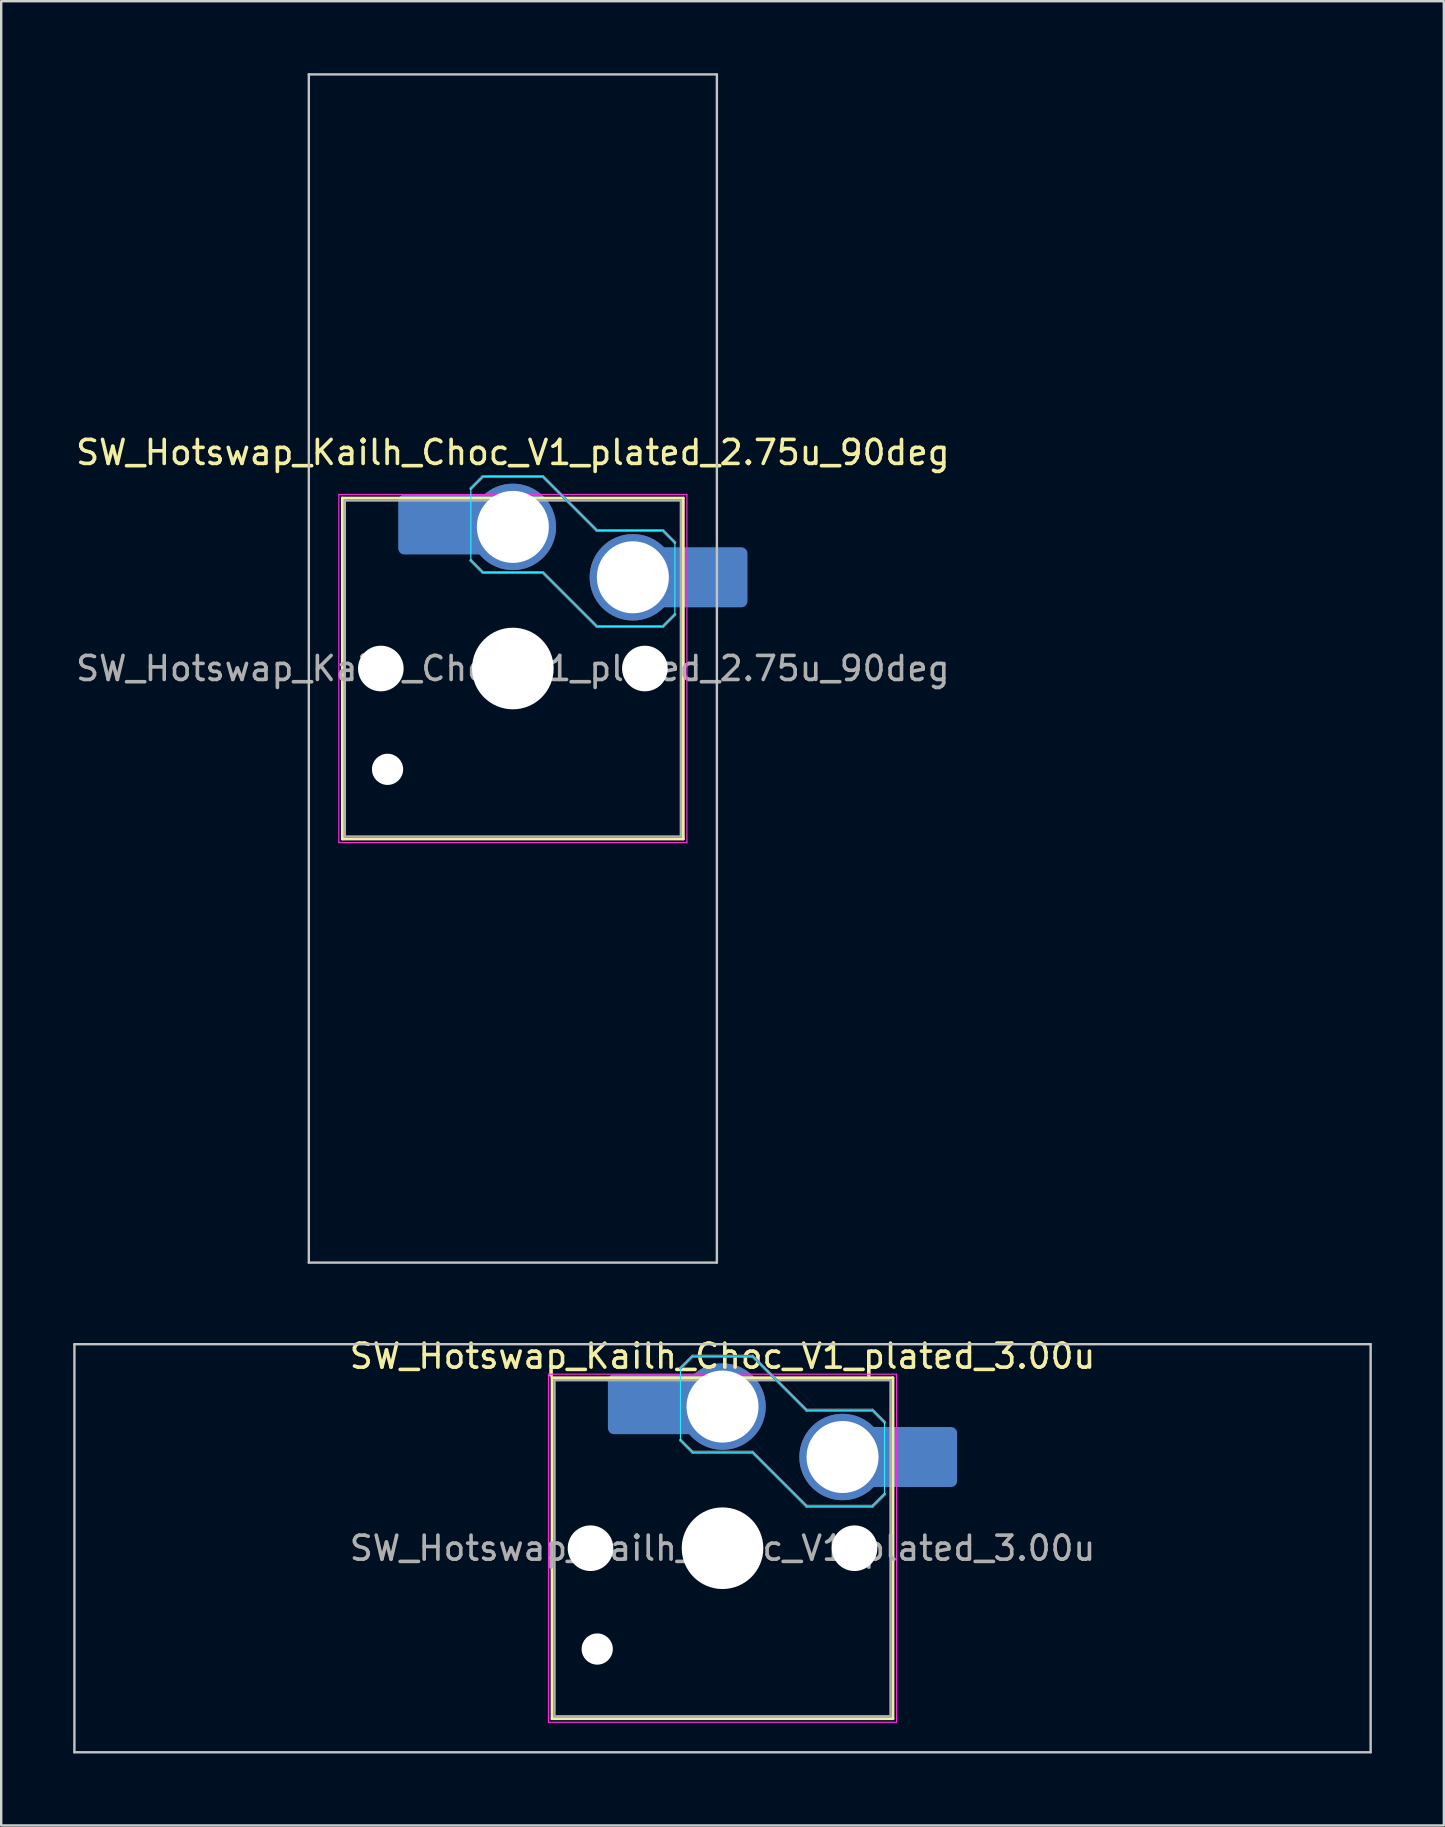
<source format=kicad_pcb>
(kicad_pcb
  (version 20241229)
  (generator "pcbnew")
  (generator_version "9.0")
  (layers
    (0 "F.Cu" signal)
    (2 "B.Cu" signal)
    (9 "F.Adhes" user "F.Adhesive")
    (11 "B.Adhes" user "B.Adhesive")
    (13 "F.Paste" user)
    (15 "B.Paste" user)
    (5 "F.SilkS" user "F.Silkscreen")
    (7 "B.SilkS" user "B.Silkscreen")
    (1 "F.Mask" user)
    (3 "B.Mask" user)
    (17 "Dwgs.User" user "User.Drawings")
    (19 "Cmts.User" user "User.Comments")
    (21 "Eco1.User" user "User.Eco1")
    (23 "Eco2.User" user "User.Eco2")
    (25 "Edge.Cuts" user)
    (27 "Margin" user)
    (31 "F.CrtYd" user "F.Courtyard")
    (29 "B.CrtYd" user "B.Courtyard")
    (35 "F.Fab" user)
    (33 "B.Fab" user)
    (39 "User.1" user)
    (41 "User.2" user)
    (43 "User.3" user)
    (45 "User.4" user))
  (footprint "SW_Hotswap_Kailh_Choc_V1_plated_2.75u_90deg"
    (layer "F.Cu")
    (at 18.315 24.8)
    (property "Reference" "SW_Hotswap_Kailh_Choc_V1_plated_2.75u_90deg" (at 0 -9 0) (layer "F.SilkS") (effects (font (size 1 1) (thickness 0.15))))
    (attr smd)
    (fp_line (start -7.1 -7.1) (end -7.1 7.1) (stroke (width 0.12) (type solid)) (layer "F.SilkS"))
    (fp_line (start -7.1 7.1) (end 7.1 7.1) (stroke (width 0.12) (type solid)) (layer "F.SilkS"))
    (fp_line (start 7.1 -7.1) (end -7.1 -7.1) (stroke (width 0.12) (type solid)) (layer "F.SilkS"))
    (fp_line (start 7.1 7.1) (end 7.1 -7.1) (stroke (width 0.12) (type solid)) (layer "F.SilkS"))
    (fp_line (start -1.75 -7.5) (end -1.25 -8) (stroke (width 0.12) (type solid)) (layer "B.SilkS"))
    (fp_line (start -1.25 -8) (end 1.25 -8) (stroke (width 0.12) (type solid)) (layer "B.SilkS"))
    (fp_line (start -1.25 -4) (end -1.75 -4.5) (stroke (width 0.12) (type solid)) (layer "B.SilkS"))
    (fp_line (start 1.25 -8) (end 3.5 -5.75) (stroke (width 0.12) (type solid)) (layer "B.SilkS"))
    (fp_line (start 1.25 -4) (end -1.25 -4) (stroke (width 0.12) (type solid)) (layer "B.SilkS"))
    (fp_line (start 3.5 -5.75) (end 6.25 -5.75) (stroke (width 0.12) (type solid)) (layer "B.SilkS"))
    (fp_line (start 3.5 -1.75) (end 1.25 -4) (stroke (width 0.12) (type solid)) (layer "B.SilkS"))
    (fp_line (start 6.25 -5.75) (end 6.75 -5.25) (stroke (width 0.12) (type solid)) (layer "B.SilkS"))
    (fp_line (start 6.25 -1.75) (end 3.5 -1.75) (stroke (width 0.12) (type solid)) (layer "B.SilkS"))
    (fp_line (start 6.75 -2.25) (end 6.25 -1.75) (stroke (width 0.12) (type solid)) (layer "B.SilkS"))
    (fp_line (start -8.5 -24.75) (end 8.5 -24.75) (stroke (width 0.1) (type solid)) (layer "Dwgs.User"))
    (fp_line (start -8.5 24.75) (end -8.5 -24.75) (stroke (width 0.1) (type solid)) (layer "Dwgs.User"))
    (fp_line (start 8.5 -24.75) (end 8.5 24.75) (stroke (width 0.1) (type solid)) (layer "Dwgs.User"))
    (fp_line (start 8.5 24.75) (end -8.5 24.75) (stroke (width 0.1) (type solid)) (layer "Dwgs.User"))
    (fp_line (start -1.75 -7.5) (end -1.25 -8) (stroke (width 0.05) (type solid)) (layer "B.CrtYd"))
    (fp_line (start -1.75 -4.5) (end -1.75 -7.5) (stroke (width 0.05) (type solid)) (layer "B.CrtYd"))
    (fp_line (start -1.25 -8) (end 1.25 -8) (stroke (width 0.05) (type solid)) (layer "B.CrtYd"))
    (fp_line (start -1.25 -4) (end -1.75 -4.5) (stroke (width 0.05) (type solid)) (layer "B.CrtYd"))
    (fp_line (start 1.25 -8) (end 3.5 -5.75) (stroke (width 0.05) (type solid)) (layer "B.CrtYd"))
    (fp_line (start 1.25 -4) (end -1.25 -4) (stroke (width 0.05) (type solid)) (layer "B.CrtYd"))
    (fp_line (start 3.5 -5.75) (end 6.25 -5.75) (stroke (width 0.05) (type solid)) (layer "B.CrtYd"))
    (fp_line (start 3.5 -1.75) (end 1.25 -4) (stroke (width 0.05) (type solid)) (layer "B.CrtYd"))
    (fp_line (start 6.25 -5.75) (end 6.75 -5.25) (stroke (width 0.05) (type solid)) (layer "B.CrtYd"))
    (fp_line (start 6.25 -1.75) (end 3.5 -1.75) (stroke (width 0.05) (type solid)) (layer "B.CrtYd"))
    (fp_line (start 6.75 -5.25) (end 6.75 -2.25) (stroke (width 0.05) (type solid)) (layer "B.CrtYd"))
    (fp_line (start 6.75 -2.25) (end 6.25 -1.75) (stroke (width 0.05) (type solid)) (layer "B.CrtYd"))
    (fp_line (start -7.25 -7.25) (end -7.25 7.25) (stroke (width 0.05) (type solid)) (layer "F.CrtYd"))
    (fp_line (start -7.25 7.25) (end 7.25 7.25) (stroke (width 0.05) (type solid)) (layer "F.CrtYd"))
    (fp_line (start 7.25 -7.25) (end -7.25 -7.25) (stroke (width 0.05) (type solid)) (layer "F.CrtYd"))
    (fp_line (start 7.25 7.25) (end 7.25 -7.25) (stroke (width 0.05) (type solid)) (layer "F.CrtYd"))
    (fp_line (start -1.75 -7.5) (end -1.25 -8) (stroke (width 0.1) (type solid)) (layer "B.Fab"))
    (fp_line (start -1.25 -8) (end 1.25 -8) (stroke (width 0.1) (type solid)) (layer "B.Fab"))
    (fp_line (start -1.25 -4) (end -1.75 -4.5) (stroke (width 0.1) (type solid)) (layer "B.Fab"))
    (fp_line (start 1.25 -8) (end 3.5 -5.75) (stroke (width 0.1) (type solid)) (layer "B.Fab"))
    (fp_line (start 1.25 -4) (end -1.25 -4) (stroke (width 0.1) (type solid)) (layer "B.Fab"))
    (fp_line (start 3.5 -5.75) (end 6.25 -5.75) (stroke (width 0.1) (type solid)) (layer "B.Fab"))
    (fp_line (start 3.5 -1.75) (end 1.25 -4) (stroke (width 0.1) (type solid)) (layer "B.Fab"))
    (fp_line (start 6.25 -5.75) (end 6.75 -5.25) (stroke (width 0.1) (type solid)) (layer "B.Fab"))
    (fp_line (start 6.25 -1.75) (end 3.5 -1.75) (stroke (width 0.1) (type solid)) (layer "B.Fab"))
    (fp_line (start 6.75 -2.25) (end 6.25 -1.75) (stroke (width 0.1) (type solid)) (layer "B.Fab"))
    (fp_line (start -7 -7) (end -7 7) (stroke (width 0.1) (type solid)) (layer "F.Fab"))
    (fp_line (start -7 7) (end 7 7) (stroke (width 0.1) (type solid)) (layer "F.Fab"))
    (fp_line (start 7 -7) (end -7 -7) (stroke (width 0.1) (type solid)) (layer "F.Fab"))
    (fp_line (start 7 7) (end 7 -7) (stroke (width 0.1) (type solid)) (layer "F.Fab"))
    (fp_text user "${REFERENCE}" (at 0 0 0) (layer "F.Fab") (effects (font (size 1 1) (thickness 0.15))))
    (pad "" np_thru_hole circle (at -5.5 0) (size 1.9 1.9) (drill 1.9) (layers "*.Cu" "*.Mask"))
    (pad "" np_thru_hole circle (at -5.22 4.2) (size 1.3 1.3) (drill 1.3) (layers "*.Cu" "*.Mask"))
    (pad "" smd roundrect (at -3.5 -6) (size 2.55 2.5) (layers "B.Mask" "B.Paste") (roundrect_rratio 0.1))
    (pad "" np_thru_hole circle (at 0 0) (size 3.4 3.4) (drill 3.4) (layers "*.Cu" "*.Mask"))
    (pad "" np_thru_hole circle (at 5.5 0) (size 1.9 1.9) (drill 1.9) (layers "*.Cu" "*.Mask"))
    (pad "" smd roundrect (at 8.5 -3.8) (size 2.55 2.5) (layers "B.Mask" "B.Paste") (roundrect_rratio 0.1))
    (pad "1" smd roundrect (at -2.85 -6) (size 3.85 2.5) (layers "B.Cu") (roundrect_rratio 0.1))
    (pad "1" thru_hole circle (at 0 -5.9) (size 3.6 3.6) (drill 3) (layers "*.Cu" "B.Mask"))
    (pad "2" thru_hole circle (at 5 -3.8) (size 3.6 3.6) (drill 3) (layers "*.Cu" "B.Mask"))
    (pad "2" smd roundrect (at 7.85 -3.8) (size 3.85 2.5) (layers "B.Cu") (roundrect_rratio 0.1)))
  (footprint "SW_Hotswap_Kailh_Choc_V1_plated_3.00u"
    (layer "F.Cu")
    (at 27.05 61.448)
    (property "Reference" "SW_Hotswap_Kailh_Choc_V1_plated_3.00u" (at 0 -8 0) (layer "F.SilkS") (effects (font (size 1 1) (thickness 0.15))))
    (attr smd)
    (fp_line (start -7.1 -7.1) (end -7.1 7.1) (stroke (width 0.12) (type solid)) (layer "F.SilkS"))
    (fp_line (start -7.1 7.1) (end 7.1 7.1) (stroke (width 0.12) (type solid)) (layer "F.SilkS"))
    (fp_line (start 7.1 -7.1) (end -7.1 -7.1) (stroke (width 0.12) (type solid)) (layer "F.SilkS"))
    (fp_line (start 7.1 7.1) (end 7.1 -7.1) (stroke (width 0.12) (type solid)) (layer "F.SilkS"))
    (fp_line (start -1.75 -7.5) (end -1.25 -8) (stroke (width 0.12) (type solid)) (layer "B.SilkS"))
    (fp_line (start -1.25 -8) (end 1.25 -8) (stroke (width 0.12) (type solid)) (layer "B.SilkS"))
    (fp_line (start -1.25 -4) (end -1.75 -4.5) (stroke (width 0.12) (type solid)) (layer "B.SilkS"))
    (fp_line (start 1.25 -8) (end 3.5 -5.75) (stroke (width 0.12) (type solid)) (layer "B.SilkS"))
    (fp_line (start 1.25 -4) (end -1.25 -4) (stroke (width 0.12) (type solid)) (layer "B.SilkS"))
    (fp_line (start 3.5 -5.75) (end 6.25 -5.75) (stroke (width 0.12) (type solid)) (layer "B.SilkS"))
    (fp_line (start 3.5 -1.75) (end 1.25 -4) (stroke (width 0.12) (type solid)) (layer "B.SilkS"))
    (fp_line (start 6.25 -5.75) (end 6.75 -5.25) (stroke (width 0.12) (type solid)) (layer "B.SilkS"))
    (fp_line (start 6.25 -1.75) (end 3.5 -1.75) (stroke (width 0.12) (type solid)) (layer "B.SilkS"))
    (fp_line (start 6.75 -2.25) (end 6.25 -1.75) (stroke (width 0.12) (type solid)) (layer "B.SilkS"))
    (fp_line (start -27 -8.5) (end -27 8.5) (stroke (width 0.1) (type solid)) (layer "Dwgs.User"))
    (fp_line (start -27 8.5) (end 27 8.5) (stroke (width 0.1) (type solid)) (layer "Dwgs.User"))
    (fp_line (start 27 -8.5) (end -27 -8.5) (stroke (width 0.1) (type solid)) (layer "Dwgs.User"))
    (fp_line (start 27 8.5) (end 27 -8.5) (stroke (width 0.1) (type solid)) (layer "Dwgs.User"))
    (fp_line (start -1.75 -7.5) (end -1.25 -8) (stroke (width 0.05) (type solid)) (layer "B.CrtYd"))
    (fp_line (start -1.75 -4.5) (end -1.75 -7.5) (stroke (width 0.05) (type solid)) (layer "B.CrtYd"))
    (fp_line (start -1.25 -8) (end 1.25 -8) (stroke (width 0.05) (type solid)) (layer "B.CrtYd"))
    (fp_line (start -1.25 -4) (end -1.75 -4.5) (stroke (width 0.05) (type solid)) (layer "B.CrtYd"))
    (fp_line (start 1.25 -8) (end 3.5 -5.75) (stroke (width 0.05) (type solid)) (layer "B.CrtYd"))
    (fp_line (start 1.25 -4) (end -1.25 -4) (stroke (width 0.05) (type solid)) (layer "B.CrtYd"))
    (fp_line (start 3.5 -5.75) (end 6.25 -5.75) (stroke (width 0.05) (type solid)) (layer "B.CrtYd"))
    (fp_line (start 3.5 -1.75) (end 1.25 -4) (stroke (width 0.05) (type solid)) (layer "B.CrtYd"))
    (fp_line (start 6.25 -5.75) (end 6.75 -5.25) (stroke (width 0.05) (type solid)) (layer "B.CrtYd"))
    (fp_line (start 6.25 -1.75) (end 3.5 -1.75) (stroke (width 0.05) (type solid)) (layer "B.CrtYd"))
    (fp_line (start 6.75 -5.25) (end 6.75 -2.25) (stroke (width 0.05) (type solid)) (layer "B.CrtYd"))
    (fp_line (start 6.75 -2.25) (end 6.25 -1.75) (stroke (width 0.05) (type solid)) (layer "B.CrtYd"))
    (fp_line (start -7.25 -7.25) (end -7.25 7.25) (stroke (width 0.05) (type solid)) (layer "F.CrtYd"))
    (fp_line (start -7.25 7.25) (end 7.25 7.25) (stroke (width 0.05) (type solid)) (layer "F.CrtYd"))
    (fp_line (start 7.25 -7.25) (end -7.25 -7.25) (stroke (width 0.05) (type solid)) (layer "F.CrtYd"))
    (fp_line (start 7.25 7.25) (end 7.25 -7.25) (stroke (width 0.05) (type solid)) (layer "F.CrtYd"))
    (fp_line (start -1.75 -7.5) (end -1.25 -8) (stroke (width 0.1) (type solid)) (layer "B.Fab"))
    (fp_line (start -1.25 -8) (end 1.25 -8) (stroke (width 0.1) (type solid)) (layer "B.Fab"))
    (fp_line (start -1.25 -4) (end -1.75 -4.5) (stroke (width 0.1) (type solid)) (layer "B.Fab"))
    (fp_line (start 1.25 -8) (end 3.5 -5.75) (stroke (width 0.1) (type solid)) (layer "B.Fab"))
    (fp_line (start 1.25 -4) (end -1.25 -4) (stroke (width 0.1) (type solid)) (layer "B.Fab"))
    (fp_line (start 3.5 -5.75) (end 6.25 -5.75) (stroke (width 0.1) (type solid)) (layer "B.Fab"))
    (fp_line (start 3.5 -1.75) (end 1.25 -4) (stroke (width 0.1) (type solid)) (layer "B.Fab"))
    (fp_line (start 6.25 -5.75) (end 6.75 -5.25) (stroke (width 0.1) (type solid)) (layer "B.Fab"))
    (fp_line (start 6.25 -1.75) (end 3.5 -1.75) (stroke (width 0.1) (type solid)) (layer "B.Fab"))
    (fp_line (start 6.75 -2.25) (end 6.25 -1.75) (stroke (width 0.1) (type solid)) (layer "B.Fab"))
    (fp_line (start -7 -7) (end -7 7) (stroke (width 0.1) (type solid)) (layer "F.Fab"))
    (fp_line (start -7 7) (end 7 7) (stroke (width 0.1) (type solid)) (layer "F.Fab"))
    (fp_line (start 7 -7) (end -7 -7) (stroke (width 0.1) (type solid)) (layer "F.Fab"))
    (fp_line (start 7 7) (end 7 -7) (stroke (width 0.1) (type solid)) (layer "F.Fab"))
    (fp_text user "${REFERENCE}" (at 0 0 0) (layer "F.Fab") (effects (font (size 1 1) (thickness 0.15))))
    (pad "" np_thru_hole circle (at -5.5 0) (size 1.9 1.9) (drill 1.9) (layers "*.Cu" "*.Mask"))
    (pad "" np_thru_hole circle (at -5.22 4.2) (size 1.3 1.3) (drill 1.3) (layers "*.Cu" "*.Mask"))
    (pad "" smd roundrect (at -3.5 -6) (size 2.55 2.5) (layers "B.Mask" "B.Paste") (roundrect_rratio 0.1))
    (pad "" np_thru_hole circle (at 0 0) (size 3.4 3.4) (drill 3.4) (layers "*.Cu" "*.Mask"))
    (pad "" np_thru_hole circle (at 5.5 0) (size 1.9 1.9) (drill 1.9) (layers "*.Cu" "*.Mask"))
    (pad "" smd roundrect (at 8.5 -3.8) (size 2.55 2.5) (layers "B.Mask" "B.Paste") (roundrect_rratio 0.1))
    (pad "1" smd roundrect (at -2.85 -6) (size 3.85 2.5) (layers "B.Cu") (roundrect_rratio 0.1))
    (pad "1" thru_hole circle (at 0 -5.9) (size 3.6 3.6) (drill 3) (layers "*.Cu" "B.Mask"))
    (pad "2" thru_hole circle (at 5 -3.8) (size 3.6 3.6) (drill 3) (layers "*.Cu" "B.Mask"))
    (pad "2" smd roundrect (at 7.85 -3.8) (size 3.85 2.5) (layers "B.Cu") (roundrect_rratio 0.1)))
  (gr_rect
    (start -3 -3)
    (end 57.1 72.998)
    (stroke (width 0.1) (type default))
    (fill no)
    (layer "Edge.Cuts")))
</source>
